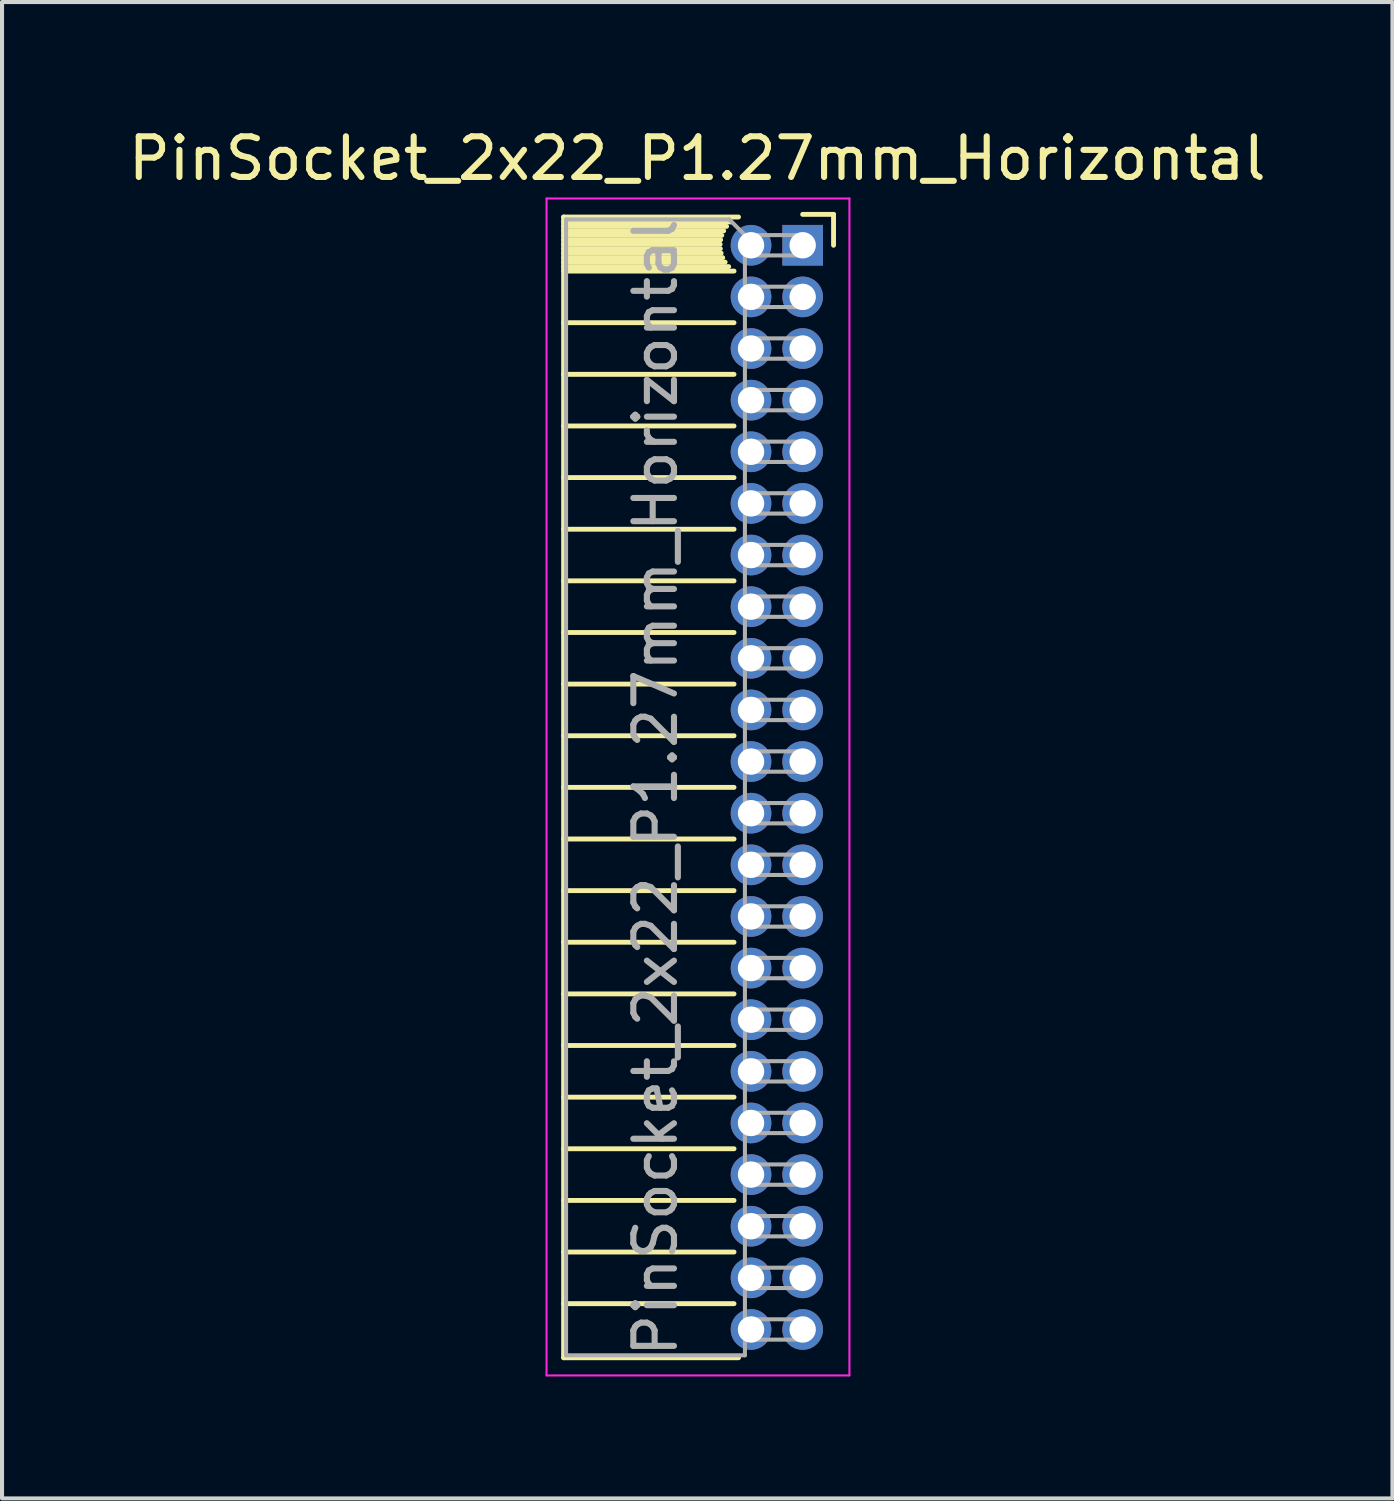
<source format=kicad_pcb>
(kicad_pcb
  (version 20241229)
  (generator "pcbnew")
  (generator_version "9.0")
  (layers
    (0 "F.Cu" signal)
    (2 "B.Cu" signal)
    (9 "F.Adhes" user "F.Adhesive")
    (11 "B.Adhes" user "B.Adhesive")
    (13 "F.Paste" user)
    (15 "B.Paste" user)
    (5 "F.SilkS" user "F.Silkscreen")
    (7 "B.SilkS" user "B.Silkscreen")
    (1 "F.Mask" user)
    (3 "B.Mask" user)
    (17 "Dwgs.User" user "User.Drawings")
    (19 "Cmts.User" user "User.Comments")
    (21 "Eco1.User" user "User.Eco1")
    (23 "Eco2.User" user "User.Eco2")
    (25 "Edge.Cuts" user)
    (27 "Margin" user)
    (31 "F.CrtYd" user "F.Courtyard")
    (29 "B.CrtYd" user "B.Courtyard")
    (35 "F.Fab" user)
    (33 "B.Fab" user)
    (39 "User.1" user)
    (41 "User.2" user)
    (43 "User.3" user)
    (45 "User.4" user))
  (footprint "PinSocket_2x22_P1.27mm_Horizontal"
    (layer "F.Cu")
    (at 16.694 2.983)
    (property "Reference" "PinSocket_2x22_P1.27mm_Horizontal" (at -2.592 -2.135 0) (layer "F.SilkS") (effects (font (size 1 1) (thickness 0.15))))
    (attr through_hole)
    (fp_line (start -5.88 -0.695) (end -5.88 27.365) (stroke (width 0.12) (type solid)) (layer "F.SilkS"))
    (fp_line (start -5.88 -0.695) (end -1.578 -0.695) (stroke (width 0.12) (type solid)) (layer "F.SilkS"))
    (fp_line (start -5.88 -0.575) (end -1.767 -0.575) (stroke (width 0.12) (type solid)) (layer "F.SilkS"))
    (fp_line (start -5.88 -0.465) (end -1.871 -0.465) (stroke (width 0.12) (type solid)) (layer "F.SilkS"))
    (fp_line (start -5.88 -0.355) (end -1.942 -0.355) (stroke (width 0.12) (type solid)) (layer "F.SilkS"))
    (fp_line (start -5.88 -0.245) (end -1.989 -0.245) (stroke (width 0.12) (type solid)) (layer "F.SilkS"))
    (fp_line (start -5.88 -0.135) (end -2.018 -0.135) (stroke (width 0.12) (type solid)) (layer "F.SilkS"))
    (fp_line (start -5.88 -0.025) (end -2.03 -0.025) (stroke (width 0.12) (type solid)) (layer "F.SilkS"))
    (fp_line (start -5.88 0.085) (end -2.025 0.085) (stroke (width 0.12) (type solid)) (layer "F.SilkS"))
    (fp_line (start -5.88 0.195) (end -2.005 0.195) (stroke (width 0.12) (type solid)) (layer "F.SilkS"))
    (fp_line (start -5.88 0.305) (end -1.966 0.305) (stroke (width 0.12) (type solid)) (layer "F.SilkS"))
    (fp_line (start -5.88 0.415) (end -1.907 0.415) (stroke (width 0.12) (type solid)) (layer "F.SilkS"))
    (fp_line (start -5.88 0.525) (end -1.82 0.525) (stroke (width 0.12) (type solid)) (layer "F.SilkS"))
    (fp_line (start -5.88 0.635) (end -1.688 0.635) (stroke (width 0.12) (type solid)) (layer "F.SilkS"))
    (fp_line (start -5.88 1.905) (end -1.688 1.905) (stroke (width 0.12) (type solid)) (layer "F.SilkS"))
    (fp_line (start -5.88 3.175) (end -1.688 3.175) (stroke (width 0.12) (type solid)) (layer "F.SilkS"))
    (fp_line (start -5.88 4.445) (end -1.688 4.445) (stroke (width 0.12) (type solid)) (layer "F.SilkS"))
    (fp_line (start -5.88 5.715) (end -1.688 5.715) (stroke (width 0.12) (type solid)) (layer "F.SilkS"))
    (fp_line (start -5.88 6.985) (end -1.688 6.985) (stroke (width 0.12) (type solid)) (layer "F.SilkS"))
    (fp_line (start -5.88 8.255) (end -1.688 8.255) (stroke (width 0.12) (type solid)) (layer "F.SilkS"))
    (fp_line (start -5.88 9.525) (end -1.688 9.525) (stroke (width 0.12) (type solid)) (layer "F.SilkS"))
    (fp_line (start -5.88 10.795) (end -1.688 10.795) (stroke (width 0.12) (type solid)) (layer "F.SilkS"))
    (fp_line (start -5.88 12.065) (end -1.688 12.065) (stroke (width 0.12) (type solid)) (layer "F.SilkS"))
    (fp_line (start -5.88 13.335) (end -1.688 13.335) (stroke (width 0.12) (type solid)) (layer "F.SilkS"))
    (fp_line (start -5.88 14.605) (end -1.688 14.605) (stroke (width 0.12) (type solid)) (layer "F.SilkS"))
    (fp_line (start -5.88 15.875) (end -1.688 15.875) (stroke (width 0.12) (type solid)) (layer "F.SilkS"))
    (fp_line (start -5.88 17.145) (end -1.688 17.145) (stroke (width 0.12) (type solid)) (layer "F.SilkS"))
    (fp_line (start -5.88 18.415) (end -1.688 18.415) (stroke (width 0.12) (type solid)) (layer "F.SilkS"))
    (fp_line (start -5.88 19.685) (end -1.688 19.685) (stroke (width 0.12) (type solid)) (layer "F.SilkS"))
    (fp_line (start -5.88 20.955) (end -1.688 20.955) (stroke (width 0.12) (type solid)) (layer "F.SilkS"))
    (fp_line (start -5.88 22.225) (end -1.688 22.225) (stroke (width 0.12) (type solid)) (layer "F.SilkS"))
    (fp_line (start -5.88 23.495) (end -1.688 23.495) (stroke (width 0.12) (type solid)) (layer "F.SilkS"))
    (fp_line (start -5.88 24.765) (end -1.688 24.765) (stroke (width 0.12) (type solid)) (layer "F.SilkS"))
    (fp_line (start -5.88 26.035) (end -1.688 26.035) (stroke (width 0.12) (type solid)) (layer "F.SilkS"))
    (fp_line (start -5.88 27.365) (end -1.578 27.365) (stroke (width 0.12) (type solid)) (layer "F.SilkS"))
    (fp_line (start 0 -0.76) (end 0.76 -0.76) (stroke (width 0.12) (type solid)) (layer "F.SilkS"))
    (fp_line (start 0.76 -0.76) (end 0.76 0) (stroke (width 0.12) (type solid)) (layer "F.SilkS"))
    (fp_line (start -6.3 -1.15) (end -6.3 27.8) (stroke (width 0.05) (type solid)) (layer "F.CrtYd"))
    (fp_line (start -6.3 27.8) (end 1.15 27.8) (stroke (width 0.05) (type solid)) (layer "F.CrtYd"))
    (fp_line (start 1.15 -1.15) (end -6.3 -1.15) (stroke (width 0.05) (type solid)) (layer "F.CrtYd"))
    (fp_line (start 1.15 27.8) (end 1.15 -1.15) (stroke (width 0.05) (type solid)) (layer "F.CrtYd"))
    (fp_line (start -5.82 -0.635) (end -1.805 -0.635) (stroke (width 0.1) (type solid)) (layer "F.Fab"))
    (fp_line (start -5.82 27.305) (end -5.82 -0.635) (stroke (width 0.1) (type solid)) (layer "F.Fab"))
    (fp_line (start -1.805 -0.635) (end -1.42 -0.25) (stroke (width 0.1) (type solid)) (layer "F.Fab"))
    (fp_line (start -1.42 -0.25) (end -1.42 27.305) (stroke (width 0.1) (type solid)) (layer "F.Fab"))
    (fp_line (start -1.42 0.25) (end 0 0.25) (stroke (width 0.1) (type solid)) (layer "F.Fab"))
    (fp_line (start -1.42 1.52) (end 0 1.52) (stroke (width 0.1) (type solid)) (layer "F.Fab"))
    (fp_line (start -1.42 2.79) (end 0 2.79) (stroke (width 0.1) (type solid)) (layer "F.Fab"))
    (fp_line (start -1.42 4.06) (end 0 4.06) (stroke (width 0.1) (type solid)) (layer "F.Fab"))
    (fp_line (start -1.42 5.33) (end 0 5.33) (stroke (width 0.1) (type solid)) (layer "F.Fab"))
    (fp_line (start -1.42 6.6) (end 0 6.6) (stroke (width 0.1) (type solid)) (layer "F.Fab"))
    (fp_line (start -1.42 7.87) (end 0 7.87) (stroke (width 0.1) (type solid)) (layer "F.Fab"))
    (fp_line (start -1.42 9.14) (end 0 9.14) (stroke (width 0.1) (type solid)) (layer "F.Fab"))
    (fp_line (start -1.42 10.41) (end 0 10.41) (stroke (width 0.1) (type solid)) (layer "F.Fab"))
    (fp_line (start -1.42 11.68) (end 0 11.68) (stroke (width 0.1) (type solid)) (layer "F.Fab"))
    (fp_line (start -1.42 12.95) (end 0 12.95) (stroke (width 0.1) (type solid)) (layer "F.Fab"))
    (fp_line (start -1.42 14.22) (end 0 14.22) (stroke (width 0.1) (type solid)) (layer "F.Fab"))
    (fp_line (start -1.42 15.49) (end 0 15.49) (stroke (width 0.1) (type solid)) (layer "F.Fab"))
    (fp_line (start -1.42 16.76) (end 0 16.76) (stroke (width 0.1) (type solid)) (layer "F.Fab"))
    (fp_line (start -1.42 18.03) (end 0 18.03) (stroke (width 0.1) (type solid)) (layer "F.Fab"))
    (fp_line (start -1.42 19.3) (end 0 19.3) (stroke (width 0.1) (type solid)) (layer "F.Fab"))
    (fp_line (start -1.42 20.57) (end 0 20.57) (stroke (width 0.1) (type solid)) (layer "F.Fab"))
    (fp_line (start -1.42 21.84) (end 0 21.84) (stroke (width 0.1) (type solid)) (layer "F.Fab"))
    (fp_line (start -1.42 23.11) (end 0 23.11) (stroke (width 0.1) (type solid)) (layer "F.Fab"))
    (fp_line (start -1.42 24.38) (end 0 24.38) (stroke (width 0.1) (type solid)) (layer "F.Fab"))
    (fp_line (start -1.42 25.65) (end 0 25.65) (stroke (width 0.1) (type solid)) (layer "F.Fab"))
    (fp_line (start -1.42 26.92) (end 0 26.92) (stroke (width 0.1) (type solid)) (layer "F.Fab"))
    (fp_line (start -1.42 27.305) (end -5.82 27.305) (stroke (width 0.1) (type solid)) (layer "F.Fab"))
    (fp_line (start 0 -0.25) (end -1.42 -0.25) (stroke (width 0.1) (type solid)) (layer "F.Fab"))
    (fp_line (start 0 0.25) (end 0 -0.25) (stroke (width 0.1) (type solid)) (layer "F.Fab"))
    (fp_line (start 0 1.02) (end -1.42 1.02) (stroke (width 0.1) (type solid)) (layer "F.Fab"))
    (fp_line (start 0 1.52) (end 0 1.02) (stroke (width 0.1) (type solid)) (layer "F.Fab"))
    (fp_line (start 0 2.29) (end -1.42 2.29) (stroke (width 0.1) (type solid)) (layer "F.Fab"))
    (fp_line (start 0 2.79) (end 0 2.29) (stroke (width 0.1) (type solid)) (layer "F.Fab"))
    (fp_line (start 0 3.56) (end -1.42 3.56) (stroke (width 0.1) (type solid)) (layer "F.Fab"))
    (fp_line (start 0 4.06) (end 0 3.56) (stroke (width 0.1) (type solid)) (layer "F.Fab"))
    (fp_line (start 0 4.83) (end -1.42 4.83) (stroke (width 0.1) (type solid)) (layer "F.Fab"))
    (fp_line (start 0 5.33) (end 0 4.83) (stroke (width 0.1) (type solid)) (layer "F.Fab"))
    (fp_line (start 0 6.1) (end -1.42 6.1) (stroke (width 0.1) (type solid)) (layer "F.Fab"))
    (fp_line (start 0 6.6) (end 0 6.1) (stroke (width 0.1) (type solid)) (layer "F.Fab"))
    (fp_line (start 0 7.37) (end -1.42 7.37) (stroke (width 0.1) (type solid)) (layer "F.Fab"))
    (fp_line (start 0 7.87) (end 0 7.37) (stroke (width 0.1) (type solid)) (layer "F.Fab"))
    (fp_line (start 0 8.64) (end -1.42 8.64) (stroke (width 0.1) (type solid)) (layer "F.Fab"))
    (fp_line (start 0 9.14) (end 0 8.64) (stroke (width 0.1) (type solid)) (layer "F.Fab"))
    (fp_line (start 0 9.91) (end -1.42 9.91) (stroke (width 0.1) (type solid)) (layer "F.Fab"))
    (fp_line (start 0 10.41) (end 0 9.91) (stroke (width 0.1) (type solid)) (layer "F.Fab"))
    (fp_line (start 0 11.18) (end -1.42 11.18) (stroke (width 0.1) (type solid)) (layer "F.Fab"))
    (fp_line (start 0 11.68) (end 0 11.18) (stroke (width 0.1) (type solid)) (layer "F.Fab"))
    (fp_line (start 0 12.45) (end -1.42 12.45) (stroke (width 0.1) (type solid)) (layer "F.Fab"))
    (fp_line (start 0 12.95) (end 0 12.45) (stroke (width 0.1) (type solid)) (layer "F.Fab"))
    (fp_line (start 0 13.72) (end -1.42 13.72) (stroke (width 0.1) (type solid)) (layer "F.Fab"))
    (fp_line (start 0 14.22) (end 0 13.72) (stroke (width 0.1) (type solid)) (layer "F.Fab"))
    (fp_line (start 0 14.99) (end -1.42 14.99) (stroke (width 0.1) (type solid)) (layer "F.Fab"))
    (fp_line (start 0 15.49) (end 0 14.99) (stroke (width 0.1) (type solid)) (layer "F.Fab"))
    (fp_line (start 0 16.26) (end -1.42 16.26) (stroke (width 0.1) (type solid)) (layer "F.Fab"))
    (fp_line (start 0 16.76) (end 0 16.26) (stroke (width 0.1) (type solid)) (layer "F.Fab"))
    (fp_line (start 0 17.53) (end -1.42 17.53) (stroke (width 0.1) (type solid)) (layer "F.Fab"))
    (fp_line (start 0 18.03) (end 0 17.53) (stroke (width 0.1) (type solid)) (layer "F.Fab"))
    (fp_line (start 0 18.8) (end -1.42 18.8) (stroke (width 0.1) (type solid)) (layer "F.Fab"))
    (fp_line (start 0 19.3) (end 0 18.8) (stroke (width 0.1) (type solid)) (layer "F.Fab"))
    (fp_line (start 0 20.07) (end -1.42 20.07) (stroke (width 0.1) (type solid)) (layer "F.Fab"))
    (fp_line (start 0 20.57) (end 0 20.07) (stroke (width 0.1) (type solid)) (layer "F.Fab"))
    (fp_line (start 0 21.34) (end -1.42 21.34) (stroke (width 0.1) (type solid)) (layer "F.Fab"))
    (fp_line (start 0 21.84) (end 0 21.34) (stroke (width 0.1) (type solid)) (layer "F.Fab"))
    (fp_line (start 0 22.61) (end -1.42 22.61) (stroke (width 0.1) (type solid)) (layer "F.Fab"))
    (fp_line (start 0 23.11) (end 0 22.61) (stroke (width 0.1) (type solid)) (layer "F.Fab"))
    (fp_line (start 0 23.88) (end -1.42 23.88) (stroke (width 0.1) (type solid)) (layer "F.Fab"))
    (fp_line (start 0 24.38) (end 0 23.88) (stroke (width 0.1) (type solid)) (layer "F.Fab"))
    (fp_line (start 0 25.15) (end -1.42 25.15) (stroke (width 0.1) (type solid)) (layer "F.Fab"))
    (fp_line (start 0 25.65) (end 0 25.15) (stroke (width 0.1) (type solid)) (layer "F.Fab"))
    (fp_line (start 0 26.42) (end -1.42 26.42) (stroke (width 0.1) (type solid)) (layer "F.Fab"))
    (fp_line (start 0 26.92) (end 0 26.42) (stroke (width 0.1) (type solid)) (layer "F.Fab"))
    (fp_text user "${REFERENCE}" (at -3.62 13.335 90) (layer "F.Fab") (effects (font (size 1 1) (thickness 0.15))))
    (pad "1" thru_hole rect (at 0 0) (size 1 1) (drill 0.65) (layers "*.Cu" "*.Mask"))
    (pad "2" thru_hole circle (at -1.27 0) (size 1 1) (drill 0.65) (layers "*.Cu" "*.Mask"))
    (pad "3" thru_hole circle (at 0 1.27) (size 1 1) (drill 0.65) (layers "*.Cu" "*.Mask"))
    (pad "4" thru_hole circle (at -1.27 1.27) (size 1 1) (drill 0.65) (layers "*.Cu" "*.Mask"))
    (pad "5" thru_hole circle (at 0 2.54) (size 1 1) (drill 0.65) (layers "*.Cu" "*.Mask"))
    (pad "6" thru_hole circle (at -1.27 2.54) (size 1 1) (drill 0.65) (layers "*.Cu" "*.Mask"))
    (pad "7" thru_hole circle (at 0 3.81) (size 1 1) (drill 0.65) (layers "*.Cu" "*.Mask"))
    (pad "8" thru_hole circle (at -1.27 3.81) (size 1 1) (drill 0.65) (layers "*.Cu" "*.Mask"))
    (pad "9" thru_hole circle (at 0 5.08) (size 1 1) (drill 0.65) (layers "*.Cu" "*.Mask"))
    (pad "10" thru_hole circle (at -1.27 5.08) (size 1 1) (drill 0.65) (layers "*.Cu" "*.Mask"))
    (pad "11" thru_hole circle (at 0 6.35) (size 1 1) (drill 0.65) (layers "*.Cu" "*.Mask"))
    (pad "12" thru_hole circle (at -1.27 6.35) (size 1 1) (drill 0.65) (layers "*.Cu" "*.Mask"))
    (pad "13" thru_hole circle (at 0 7.62) (size 1 1) (drill 0.65) (layers "*.Cu" "*.Mask"))
    (pad "14" thru_hole circle (at -1.27 7.62) (size 1 1) (drill 0.65) (layers "*.Cu" "*.Mask"))
    (pad "15" thru_hole circle (at 0 8.89) (size 1 1) (drill 0.65) (layers "*.Cu" "*.Mask"))
    (pad "16" thru_hole circle (at -1.27 8.89) (size 1 1) (drill 0.65) (layers "*.Cu" "*.Mask"))
    (pad "17" thru_hole circle (at 0 10.16) (size 1 1) (drill 0.65) (layers "*.Cu" "*.Mask"))
    (pad "18" thru_hole circle (at -1.27 10.16) (size 1 1) (drill 0.65) (layers "*.Cu" "*.Mask"))
    (pad "19" thru_hole circle (at 0 11.43) (size 1 1) (drill 0.65) (layers "*.Cu" "*.Mask"))
    (pad "20" thru_hole circle (at -1.27 11.43) (size 1 1) (drill 0.65) (layers "*.Cu" "*.Mask"))
    (pad "21" thru_hole circle (at 0 12.7) (size 1 1) (drill 0.65) (layers "*.Cu" "*.Mask"))
    (pad "22" thru_hole circle (at -1.27 12.7) (size 1 1) (drill 0.65) (layers "*.Cu" "*.Mask"))
    (pad "23" thru_hole circle (at 0 13.97) (size 1 1) (drill 0.65) (layers "*.Cu" "*.Mask"))
    (pad "24" thru_hole circle (at -1.27 13.97) (size 1 1) (drill 0.65) (layers "*.Cu" "*.Mask"))
    (pad "25" thru_hole circle (at 0 15.24) (size 1 1) (drill 0.65) (layers "*.Cu" "*.Mask"))
    (pad "26" thru_hole circle (at -1.27 15.24) (size 1 1) (drill 0.65) (layers "*.Cu" "*.Mask"))
    (pad "27" thru_hole circle (at 0 16.51) (size 1 1) (drill 0.65) (layers "*.Cu" "*.Mask"))
    (pad "28" thru_hole circle (at -1.27 16.51) (size 1 1) (drill 0.65) (layers "*.Cu" "*.Mask"))
    (pad "29" thru_hole circle (at 0 17.78) (size 1 1) (drill 0.65) (layers "*.Cu" "*.Mask"))
    (pad "30" thru_hole circle (at -1.27 17.78) (size 1 1) (drill 0.65) (layers "*.Cu" "*.Mask"))
    (pad "31" thru_hole circle (at 0 19.05) (size 1 1) (drill 0.65) (layers "*.Cu" "*.Mask"))
    (pad "32" thru_hole circle (at -1.27 19.05) (size 1 1) (drill 0.65) (layers "*.Cu" "*.Mask"))
    (pad "33" thru_hole circle (at 0 20.32) (size 1 1) (drill 0.65) (layers "*.Cu" "*.Mask"))
    (pad "34" thru_hole circle (at -1.27 20.32) (size 1 1) (drill 0.65) (layers "*.Cu" "*.Mask"))
    (pad "35" thru_hole circle (at 0 21.59) (size 1 1) (drill 0.65) (layers "*.Cu" "*.Mask"))
    (pad "36" thru_hole circle (at -1.27 21.59) (size 1 1) (drill 0.65) (layers "*.Cu" "*.Mask"))
    (pad "37" thru_hole circle (at 0 22.86) (size 1 1) (drill 0.65) (layers "*.Cu" "*.Mask"))
    (pad "38" thru_hole circle (at -1.27 22.86) (size 1 1) (drill 0.65) (layers "*.Cu" "*.Mask"))
    (pad "39" thru_hole circle (at 0 24.13) (size 1 1) (drill 0.65) (layers "*.Cu" "*.Mask"))
    (pad "40" thru_hole circle (at -1.27 24.13) (size 1 1) (drill 0.65) (layers "*.Cu" "*.Mask"))
    (pad "41" thru_hole circle (at 0 25.4) (size 1 1) (drill 0.65) (layers "*.Cu" "*.Mask"))
    (pad "42" thru_hole circle (at -1.27 25.4) (size 1 1) (drill 0.65) (layers "*.Cu" "*.Mask"))
    (pad "43" thru_hole circle (at 0 26.67) (size 1 1) (drill 0.65) (layers "*.Cu" "*.Mask"))
    (pad "44" thru_hole circle (at -1.27 26.67) (size 1 1) (drill 0.65) (layers "*.Cu" "*.Mask")))
  (gr_rect
    (start -3 -3)
    (end 31.202 33.808)
    (stroke (width 0.1) (type default))
    (fill no)
    (layer "Edge.Cuts")))
</source>
